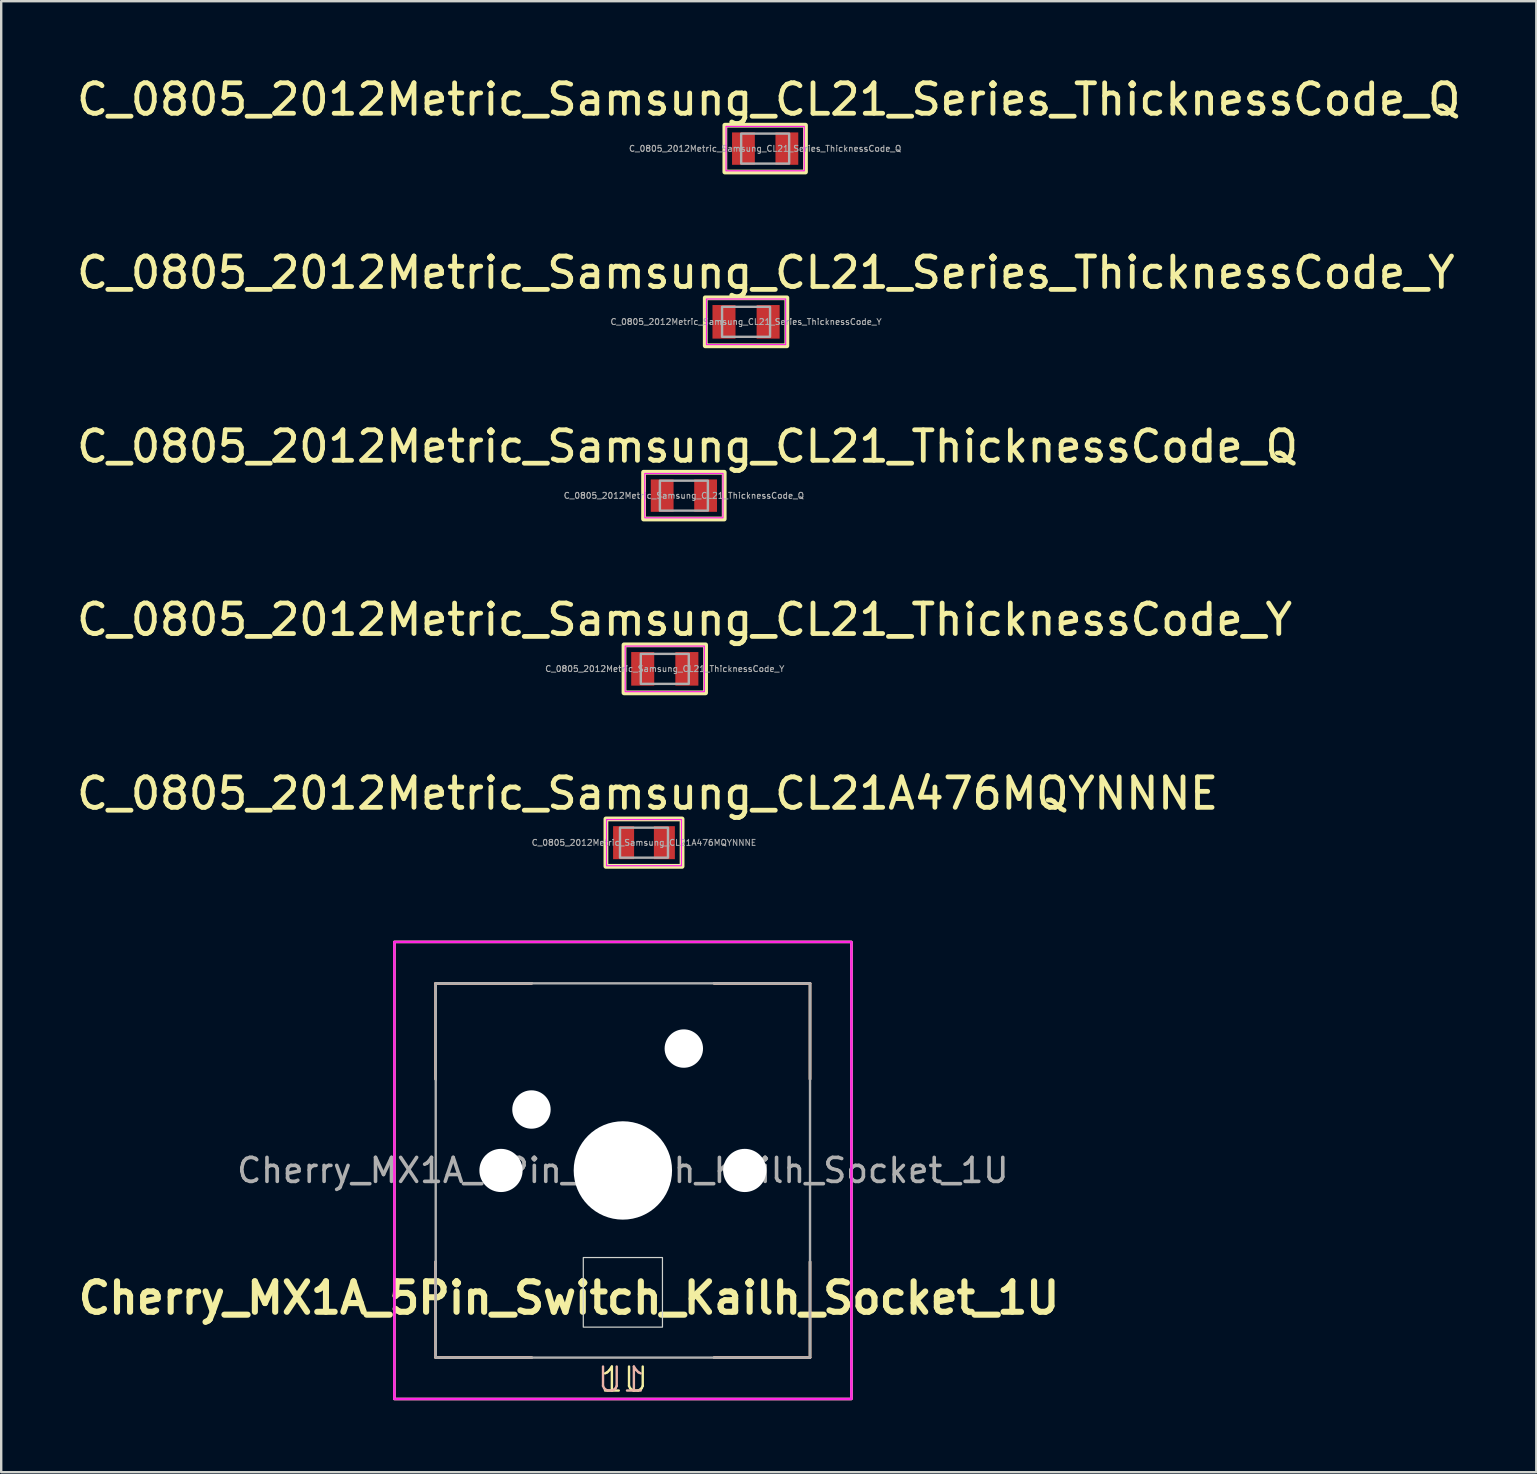
<source format=kicad_pcb>
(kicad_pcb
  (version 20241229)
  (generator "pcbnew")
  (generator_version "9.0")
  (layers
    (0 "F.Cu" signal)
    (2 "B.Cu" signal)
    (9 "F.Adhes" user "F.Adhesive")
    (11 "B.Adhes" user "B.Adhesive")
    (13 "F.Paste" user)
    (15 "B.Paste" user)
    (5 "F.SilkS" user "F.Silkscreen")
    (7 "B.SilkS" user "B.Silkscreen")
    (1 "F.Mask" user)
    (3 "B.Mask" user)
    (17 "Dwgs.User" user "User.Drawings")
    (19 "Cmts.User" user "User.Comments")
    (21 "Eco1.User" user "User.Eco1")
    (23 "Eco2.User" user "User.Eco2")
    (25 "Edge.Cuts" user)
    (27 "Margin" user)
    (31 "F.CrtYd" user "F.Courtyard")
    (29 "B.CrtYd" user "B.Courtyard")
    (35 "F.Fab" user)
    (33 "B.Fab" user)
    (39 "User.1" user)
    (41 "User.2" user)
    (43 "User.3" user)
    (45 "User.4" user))
  (footprint "C_0805_2012Metric_Samsung_CL21_ThicknessCode_Y"
    (layer "F.Cu")
    (at 24.657 24.826)
    (property "Reference" "C_0805_2012Metric_Samsung_CL21_ThicknessCode_Y" (at 0.825 -2.05 0) (layer "F.SilkS") (effects (font (size 1.27 1.27) (thickness 0.2))))
    (attr smd)
    (fp_rect (start -1.7 -1) (end 1.7 1) (stroke (width 0.2) (type default)) (fill no) (layer "F.SilkS"))
    (fp_rect (start -1.65 -0.95) (end 1.65 0.95) (stroke (width 0.05) (type default)) (fill no) (layer "F.CrtYd"))
    (fp_rect (start -1 -0.625) (end 1 0.625) (stroke (width 0.1) (type default)) (fill no) (layer "F.Fab"))
    (fp_text user "${REFERENCE}" (at 0 0 0) (layer "F.Fab") (effects (font (size 0.25 0.25) (thickness 0.04))))
    (pad "1" smd rect (at -0.92 0) (size 0.96 1.4) (layers "F.Cu" "F.Mask" "F.Paste"))
    (pad "2" smd rect (at 0.92 0) (size 0.96 1.4) (layers "F.Cu" "F.Mask" "F.Paste")))
  (footprint "C_0805_2012Metric_Samsung_CL21_ThicknessCode_Q"
    (layer "F.Cu")
    (at 25.453 17.607)
    (property "Reference" "C_0805_2012Metric_Samsung_CL21_ThicknessCode_Q" (at 0.15 -2.05 0) (layer "F.SilkS") (effects (font (size 1.27 1.27) (thickness 0.2))))
    (attr smd)
    (fp_rect (start -1.68 -0.975) (end 1.68 0.975) (stroke (width 0.2) (type default)) (fill no) (layer "F.SilkS"))
    (fp_rect (start -1.63 -0.925) (end 1.63 0.925) (stroke (width 0.05) (type default)) (fill no) (layer "F.CrtYd"))
    (fp_rect (start -1 -0.625) (end 1 0.625) (stroke (width 0.1) (type default)) (fill no) (layer "F.Fab"))
    (fp_text user "${REFERENCE}" (at 0 0 0) (layer "F.Fab") (effects (font (size 0.25 0.25) (thickness 0.04))))
    (pad "1" smd rect (at -0.905 0) (size 0.95 1.35) (layers "F.Cu" "F.Mask" "F.Paste"))
    (pad "2" smd rect (at 0.905 0) (size 0.95 1.35) (layers "F.Cu" "F.Mask" "F.Paste")))
  (footprint "C_0805_2012Metric_Samsung_CL21_Series_ThicknessCode_Y"
    (layer "F.Cu")
    (at 28.044 10.363)
    (property "Reference" "C_0805_2012Metric_Samsung_CL21_Series_ThicknessCode_Y" (at 0.825 -2.05 0) (layer "F.SilkS") (effects (font (size 1.27 1.27) (thickness 0.2))))
    (attr smd)
    (fp_rect (start -1.7 -1) (end 1.7 1) (stroke (width 0.2) (type default)) (fill no) (layer "F.SilkS"))
    (fp_rect (start -1.65 -0.95) (end 1.65 0.95) (stroke (width 0.05) (type default)) (fill no) (layer "F.CrtYd"))
    (fp_rect (start -1 -0.625) (end 1 0.625) (stroke (width 0.1) (type default)) (fill no) (layer "F.Fab"))
    (fp_text user "${REFERENCE}" (at 0 0 0) (layer "F.Fab") (effects (font (size 0.25 0.25) (thickness 0.04))))
    (pad "1" smd rect (at -0.92 0) (size 0.96 1.4) (layers "F.Cu" "F.Mask" "F.Paste"))
    (pad "2" smd rect (at 0.92 0) (size 0.96 1.4) (layers "F.Cu" "F.Mask" "F.Paste")))
  (footprint "C_0805_2012Metric_Samsung_CL21_Series_ThicknessCode_Q"
    (layer "F.Cu")
    (at 28.84 3.144)
    (property "Reference" "C_0805_2012Metric_Samsung_CL21_Series_ThicknessCode_Q" (at 0.15 -2.05 0) (layer "F.SilkS") (effects (font (size 1.27 1.27) (thickness 0.2))))
    (attr smd)
    (fp_rect (start -1.68 -0.975) (end 1.68 0.975) (stroke (width 0.2) (type default)) (fill no) (layer "F.SilkS"))
    (fp_rect (start -1.63 -0.925) (end 1.63 0.925) (stroke (width 0.05) (type default)) (fill no) (layer "F.CrtYd"))
    (fp_rect (start -1 -0.625) (end 1 0.625) (stroke (width 0.1) (type default)) (fill no) (layer "F.Fab"))
    (fp_text user "${REFERENCE}" (at 0 0 0) (layer "F.Fab") (effects (font (size 0.25 0.25) (thickness 0.04))))
    (pad "1" smd rect (at -0.905 0) (size 0.95 1.35) (layers "F.Cu" "F.Mask" "F.Paste"))
    (pad "2" smd rect (at 0.905 0) (size 0.95 1.35) (layers "F.Cu" "F.Mask" "F.Paste")))
  (footprint "Cherry_MX1A_5Pin_Switch_Kailh_Socket_1U"
    (layer "F.Cu")
    (at 22.91 45.732)
    (property "Reference" "Cherry_MX1A_5Pin_Switch_Kailh_Socket_1U" (at -2.245 5.315 0) (layer "F.SilkS") (effects (font (size 1.27 1.27) (thickness 0.254))))
    (attr smd)
    (fp_line (start -7.8 -7.8) (end -7.8 -3.8) (stroke (width 0.1) (type default)) (layer "F.SilkS"))
    (fp_line (start -7.8 -7.8) (end -3.8 -7.8) (stroke (width 0.1) (type default)) (layer "F.SilkS"))
    (fp_line (start -7.8 7.8) (end -7.8 3.8) (stroke (width 0.1) (type default)) (layer "F.SilkS"))
    (fp_line (start -7.8 7.8) (end -3.8 7.8) (stroke (width 0.1) (type default)) (layer "F.SilkS"))
    (fp_line (start 7.8 -7.8) (end 3.8 -7.8) (stroke (width 0.1) (type default)) (layer "F.SilkS"))
    (fp_line (start 7.8 -7.8) (end 7.8 -3.8) (stroke (width 0.1) (type default)) (layer "F.SilkS"))
    (fp_line (start 7.8 7.8) (end 3.8 7.8) (stroke (width 0.1) (type default)) (layer "F.SilkS"))
    (fp_line (start 7.8 7.8) (end 7.8 3.8) (stroke (width 0.1) (type default)) (layer "F.SilkS"))
    (fp_rect (start -9.525 -9.525) (end 9.525 9.525) (stroke (width 0.1) (type default)) (fill no) (layer "F.SilkS"))
    (fp_line (start -7.8 -7.8) (end -7.8 -3.8) (stroke (width 0.1) (type default)) (layer "B.SilkS"))
    (fp_line (start -7.8 -7.8) (end -7.8 -3.8) (stroke (width 0.1) (type default)) (layer "B.SilkS"))
    (fp_line (start -7.8 -7.8) (end -3.8 -7.8) (stroke (width 0.1) (type default)) (layer "B.SilkS"))
    (fp_line (start -7.8 -7.8) (end -3.8 -7.8) (stroke (width 0.1) (type default)) (layer "B.SilkS"))
    (fp_line (start -7.8 7.8) (end -7.8 3.8) (stroke (width 0.1) (type default)) (layer "B.SilkS"))
    (fp_line (start -7.8 7.8) (end -7.8 3.8) (stroke (width 0.1) (type default)) (layer "B.SilkS"))
    (fp_line (start -7.8 7.8) (end -3.8 7.8) (stroke (width 0.1) (type default)) (layer "B.SilkS"))
    (fp_line (start -7.8 7.8) (end -3.8 7.8) (stroke (width 0.1) (type default)) (layer "B.SilkS"))
    (fp_line (start 7.8 -7.8) (end 3.8 -7.8) (stroke (width 0.1) (type default)) (layer "B.SilkS"))
    (fp_line (start 7.8 -7.8) (end 3.8 -7.8) (stroke (width 0.1) (type default)) (layer "B.SilkS"))
    (fp_line (start 7.8 -7.8) (end 7.8 -3.8) (stroke (width 0.1) (type default)) (layer "B.SilkS"))
    (fp_line (start 7.8 -7.8) (end 7.8 -3.8) (stroke (width 0.1) (type default)) (layer "B.SilkS"))
    (fp_line (start 7.8 7.8) (end 3.8 7.8) (stroke (width 0.1) (type default)) (layer "B.SilkS"))
    (fp_line (start 7.8 7.8) (end 3.8 7.8) (stroke (width 0.1) (type default)) (layer "B.SilkS"))
    (fp_line (start 7.8 7.8) (end 7.8 3.8) (stroke (width 0.1) (type default)) (layer "B.SilkS"))
    (fp_line (start 7.8 7.8) (end 7.8 3.8) (stroke (width 0.1) (type default)) (layer "B.SilkS"))
    (fp_rect (start -9.525 -9.525) (end 9.525 9.525) (stroke (width 0.1) (type default)) (fill no) (layer "B.SilkS"))
    (fp_rect (start -1.65 3.63) (end 1.65 6.53) (stroke (width 0.05) (type default)) (fill no) (layer "Edge.Cuts"))
    (fp_rect (start -9.525 -9.525) (end 9.525 9.525) (stroke (width 0.1) (type default)) (fill no) (layer "F.CrtYd"))
    (fp_rect (start -7.8 -7.8) (end 7.8 7.8) (stroke (width 0.1) (type default)) (fill no) (layer "F.Fab"))
    (fp_text user "1U" (at -1 9.3 0) (unlocked yes) (layer "F.SilkS") (effects (font (size 1 1) (thickness 0.1)) (justify left bottom)))
    (fp_text user "1U" (at 1 9.3 0) (unlocked yes) (layer "B.SilkS") (effects (font (size 1 1) (thickness 0.1)) (justify left bottom mirror)))
    (fp_text user "${REFERENCE}" (at 0 0 0) (layer "F.Fab") (effects (font (size 1 1) (thickness 0.15))))
    (pad "" np_thru_hole circle (at -5.08 0) (size 1.8 1.8) (drill 1.8) (layers "*.Cu" "*.Mask"))
    (pad "" np_thru_hole circle (at -3.81 -2.54) (size 1.6 1.6) (drill 1.6) (layers "*.Cu" "*.Mask"))
    (pad "" np_thru_hole circle (at 0 0) (size 4.1 4.1) (drill 4.1) (layers "*.Cu" "*.Mask"))
    (pad "" np_thru_hole circle (at 2.54 -5.08) (size 1.6 1.6) (drill 1.6) (layers "*.Cu" "*.Mask"))
    (pad "" np_thru_hole circle (at 5.08 0) (size 1.8 1.8) (drill 1.8) (layers "*.Cu" "*.Mask"))
    (zone (net_name "") (layers "F.Cu" "B.Cu" "Edge.Cuts") (hatch full 0.5) (connect_pads) (min_thickness 0.25) (filled_areas_thickness no) (keepout (tracks not_allowed) (vias not_allowed) (pads not_allowed) (copperpour not_allowed) (footprints allowed)) (placement (enabled no)) (fill) (polygon (pts (xy 21.08 49.122) (xy 24.74 49.122) (xy 24.74 52.432) (xy 21.09 52.432) (xy 21.08 52.422)))))
  (footprint "C_0805_2012Metric_Samsung_CL21A476MQYNNNE"
    (layer "F.Cu")
    (at 23.79 32.07)
    (property "Reference" "C_0805_2012Metric_Samsung_CL21A476MQYNNNE" (at 0.15 -2.05 0) (layer "F.SilkS") (effects (font (size 1.27 1.27) (thickness 0.2))))
    (attr smd)
    (fp_rect (start -1.587 -0.988) (end 1.587 0.988) (stroke (width 0.2) (type default)) (fill no) (layer "F.SilkS"))
    (fp_rect (start -1.562 -0.963) (end 1.562 0.963) (stroke (width 0.05) (type default)) (fill no) (layer "F.CrtYd"))
    (fp_rect (start -1 -0.625) (end 1 0.625) (stroke (width 0.1) (type default)) (fill no) (layer "F.Fab"))
    (fp_text user "${REFERENCE}" (at 0 0 0) (layer "F.Fab") (effects (font (size 0.25 0.25) (thickness 0.04))))
    (pad "1" smd rect (at -0.85 0) (size 0.875 1.375) (layers "F.Cu" "F.Mask" "F.Paste"))
    (pad "2" smd rect (at 0.85 0) (size 0.875 1.375) (layers "F.Cu" "F.Mask" "F.Paste")))
  (gr_rect
    (start -3 -3)
    (end 60.98 58.307)
    (stroke (width 0.1) (type default))
    (fill no)
    (layer "Edge.Cuts")))
</source>
